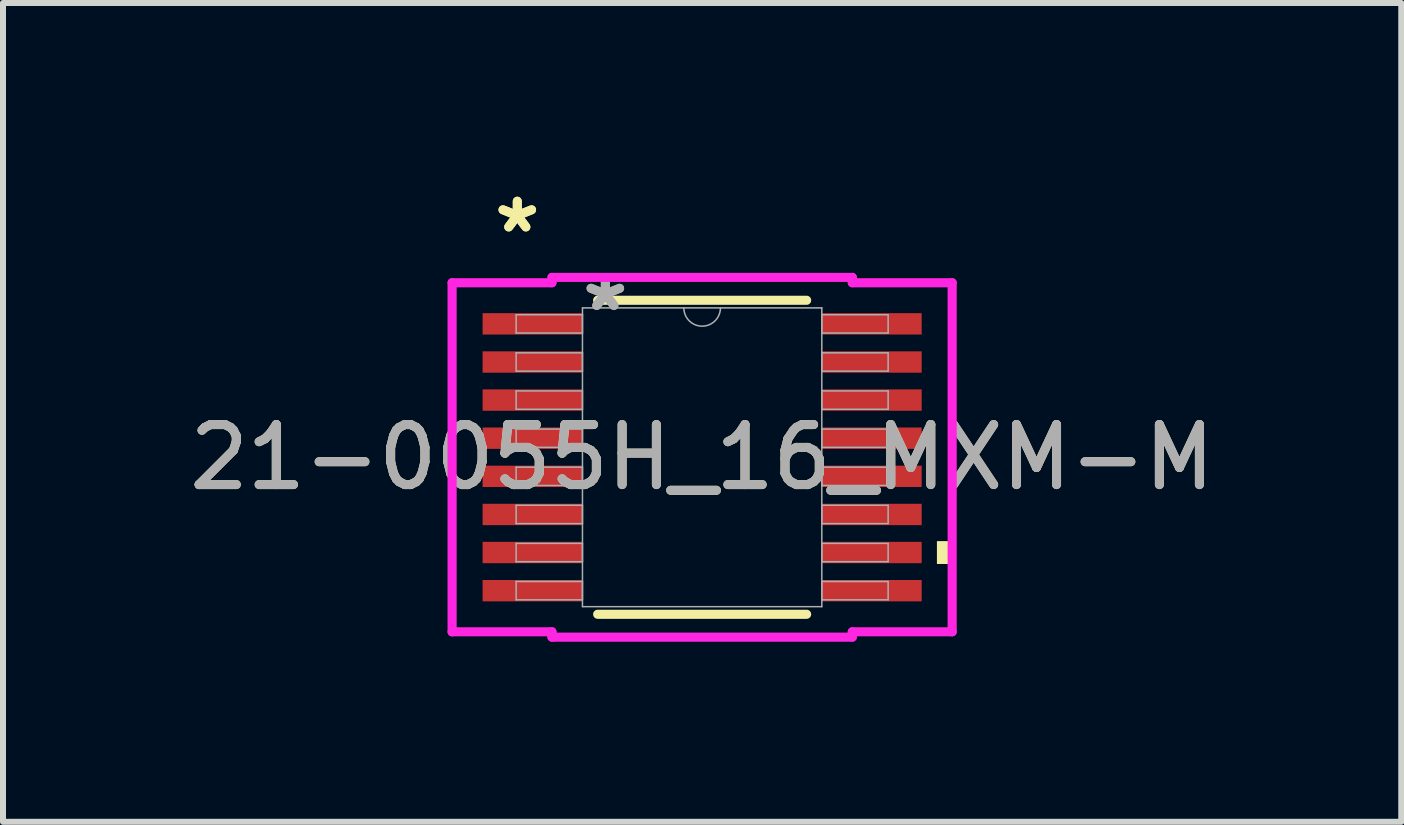
<source format=kicad_pcb>
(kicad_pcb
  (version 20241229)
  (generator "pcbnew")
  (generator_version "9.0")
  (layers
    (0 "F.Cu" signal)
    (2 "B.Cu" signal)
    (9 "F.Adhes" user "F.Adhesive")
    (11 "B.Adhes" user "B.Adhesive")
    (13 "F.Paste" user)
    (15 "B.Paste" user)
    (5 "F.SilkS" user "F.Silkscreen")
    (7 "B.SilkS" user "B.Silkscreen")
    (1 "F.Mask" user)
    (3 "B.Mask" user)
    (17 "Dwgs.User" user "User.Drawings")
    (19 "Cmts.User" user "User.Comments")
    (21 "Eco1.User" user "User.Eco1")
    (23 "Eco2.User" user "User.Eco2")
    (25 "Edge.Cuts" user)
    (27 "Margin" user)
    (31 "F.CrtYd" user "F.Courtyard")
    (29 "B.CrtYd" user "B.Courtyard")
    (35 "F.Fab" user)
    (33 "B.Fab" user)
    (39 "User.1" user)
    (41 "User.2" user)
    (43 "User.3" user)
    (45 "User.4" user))
  (footprint "21-0055H_16_MXM-M"
    (layer "F.Cu")
    (at 8.649 4.569)
    (property "Reference" "21-0055H_16_MXM-M" (at 0 0 0) (unlocked yes) (layer "F.SilkS") (effects (font (size 1 1) (thickness 0.15))))
    (attr smd)
    (fp_line (start -1.741 2.616) (end 1.741 2.616) (stroke (width 0.152) (type solid)) (layer "F.SilkS"))
    (fp_line (start 1.741 -2.616) (end -1.741 -2.616) (stroke (width 0.152) (type solid)) (layer "F.SilkS"))
    (fp_poly (pts (xy 4.166 1.397) (xy 4.166 1.778) (xy 3.912 1.778) (xy 3.912 1.397)) (stroke (width 0) (type solid)) (fill yes) (layer "F.SilkS"))
    (fp_line (start -4.166 -2.908) (end -2.502 -2.908) (stroke (width 0.152) (type solid)) (layer "F.CrtYd"))
    (fp_line (start -4.166 2.908) (end -4.166 -2.908) (stroke (width 0.152) (type solid)) (layer "F.CrtYd"))
    (fp_line (start -4.166 2.908) (end -2.502 2.908) (stroke (width 0.152) (type solid)) (layer "F.CrtYd"))
    (fp_line (start -2.502 -2.997) (end 2.502 -2.997) (stroke (width 0.152) (type solid)) (layer "F.CrtYd"))
    (fp_line (start -2.502 -2.908) (end -2.502 -2.997) (stroke (width 0.152) (type solid)) (layer "F.CrtYd"))
    (fp_line (start -2.502 2.997) (end -2.502 2.908) (stroke (width 0.152) (type solid)) (layer "F.CrtYd"))
    (fp_line (start 2.502 -2.997) (end 2.502 -2.908) (stroke (width 0.152) (type solid)) (layer "F.CrtYd"))
    (fp_line (start 2.502 2.908) (end 2.502 2.997) (stroke (width 0.152) (type solid)) (layer "F.CrtYd"))
    (fp_line (start 2.502 2.997) (end -2.502 2.997) (stroke (width 0.152) (type solid)) (layer "F.CrtYd"))
    (fp_line (start 4.166 -2.908) (end 2.502 -2.908) (stroke (width 0.152) (type solid)) (layer "F.CrtYd"))
    (fp_line (start 4.166 -2.908) (end 4.166 2.908) (stroke (width 0.152) (type solid)) (layer "F.CrtYd"))
    (fp_line (start 4.166 2.908) (end 2.502 2.908) (stroke (width 0.152) (type solid)) (layer "F.CrtYd"))
    (fp_line (start -3.099 -2.375) (end -3.099 -2.07) (stroke (width 0.025) (type solid)) (layer "F.Fab"))
    (fp_line (start -3.099 -2.07) (end -1.994 -2.07) (stroke (width 0.025) (type solid)) (layer "F.Fab"))
    (fp_line (start -3.099 -1.74) (end -3.099 -1.435) (stroke (width 0.025) (type solid)) (layer "F.Fab"))
    (fp_line (start -3.099 -1.435) (end -1.994 -1.435) (stroke (width 0.025) (type solid)) (layer "F.Fab"))
    (fp_line (start -3.099 -1.105) (end -3.099 -0.8) (stroke (width 0.025) (type solid)) (layer "F.Fab"))
    (fp_line (start -3.099 -0.8) (end -1.994 -0.8) (stroke (width 0.025) (type solid)) (layer "F.Fab"))
    (fp_line (start -3.099 -0.47) (end -3.099 -0.165) (stroke (width 0.025) (type solid)) (layer "F.Fab"))
    (fp_line (start -3.099 -0.165) (end -1.994 -0.165) (stroke (width 0.025) (type solid)) (layer "F.Fab"))
    (fp_line (start -3.099 0.165) (end -3.099 0.47) (stroke (width 0.025) (type solid)) (layer "F.Fab"))
    (fp_line (start -3.099 0.47) (end -1.994 0.47) (stroke (width 0.025) (type solid)) (layer "F.Fab"))
    (fp_line (start -3.099 0.8) (end -3.099 1.105) (stroke (width 0.025) (type solid)) (layer "F.Fab"))
    (fp_line (start -3.099 1.105) (end -1.994 1.105) (stroke (width 0.025) (type solid)) (layer "F.Fab"))
    (fp_line (start -3.099 1.435) (end -3.099 1.74) (stroke (width 0.025) (type solid)) (layer "F.Fab"))
    (fp_line (start -3.099 1.74) (end -1.994 1.74) (stroke (width 0.025) (type solid)) (layer "F.Fab"))
    (fp_line (start -3.099 2.07) (end -3.099 2.375) (stroke (width 0.025) (type solid)) (layer "F.Fab"))
    (fp_line (start -3.099 2.375) (end -1.994 2.375) (stroke (width 0.025) (type solid)) (layer "F.Fab"))
    (fp_line (start -1.994 -2.489) (end -1.994 2.489) (stroke (width 0.025) (type solid)) (layer "F.Fab"))
    (fp_line (start -1.994 -2.375) (end -3.099 -2.375) (stroke (width 0.025) (type solid)) (layer "F.Fab"))
    (fp_line (start -1.994 -2.07) (end -1.994 -2.375) (stroke (width 0.025) (type solid)) (layer "F.Fab"))
    (fp_line (start -1.994 -1.74) (end -3.099 -1.74) (stroke (width 0.025) (type solid)) (layer "F.Fab"))
    (fp_line (start -1.994 -1.435) (end -1.994 -1.74) (stroke (width 0.025) (type solid)) (layer "F.Fab"))
    (fp_line (start -1.994 -1.105) (end -3.099 -1.105) (stroke (width 0.025) (type solid)) (layer "F.Fab"))
    (fp_line (start -1.994 -0.8) (end -1.994 -1.105) (stroke (width 0.025) (type solid)) (layer "F.Fab"))
    (fp_line (start -1.994 -0.47) (end -3.099 -0.47) (stroke (width 0.025) (type solid)) (layer "F.Fab"))
    (fp_line (start -1.994 -0.165) (end -1.994 -0.47) (stroke (width 0.025) (type solid)) (layer "F.Fab"))
    (fp_line (start -1.994 0.165) (end -3.099 0.165) (stroke (width 0.025) (type solid)) (layer "F.Fab"))
    (fp_line (start -1.994 0.47) (end -1.994 0.165) (stroke (width 0.025) (type solid)) (layer "F.Fab"))
    (fp_line (start -1.994 0.8) (end -3.099 0.8) (stroke (width 0.025) (type solid)) (layer "F.Fab"))
    (fp_line (start -1.994 1.105) (end -1.994 0.8) (stroke (width 0.025) (type solid)) (layer "F.Fab"))
    (fp_line (start -1.994 1.435) (end -3.099 1.435) (stroke (width 0.025) (type solid)) (layer "F.Fab"))
    (fp_line (start -1.994 1.74) (end -1.994 1.435) (stroke (width 0.025) (type solid)) (layer "F.Fab"))
    (fp_line (start -1.994 2.07) (end -3.099 2.07) (stroke (width 0.025) (type solid)) (layer "F.Fab"))
    (fp_line (start -1.994 2.375) (end -1.994 2.07) (stroke (width 0.025) (type solid)) (layer "F.Fab"))
    (fp_line (start -1.994 2.489) (end 1.994 2.489) (stroke (width 0.025) (type solid)) (layer "F.Fab"))
    (fp_line (start 1.994 -2.489) (end -1.994 -2.489) (stroke (width 0.025) (type solid)) (layer "F.Fab"))
    (fp_line (start 1.994 -2.375) (end 1.994 -2.07) (stroke (width 0.025) (type solid)) (layer "F.Fab"))
    (fp_line (start 1.994 -2.07) (end 3.099 -2.07) (stroke (width 0.025) (type solid)) (layer "F.Fab"))
    (fp_line (start 1.994 -1.74) (end 1.994 -1.435) (stroke (width 0.025) (type solid)) (layer "F.Fab"))
    (fp_line (start 1.994 -1.435) (end 3.099 -1.435) (stroke (width 0.025) (type solid)) (layer "F.Fab"))
    (fp_line (start 1.994 -1.105) (end 1.994 -0.8) (stroke (width 0.025) (type solid)) (layer "F.Fab"))
    (fp_line (start 1.994 -0.8) (end 3.099 -0.8) (stroke (width 0.025) (type solid)) (layer "F.Fab"))
    (fp_line (start 1.994 -0.47) (end 1.994 -0.165) (stroke (width 0.025) (type solid)) (layer "F.Fab"))
    (fp_line (start 1.994 -0.165) (end 3.099 -0.165) (stroke (width 0.025) (type solid)) (layer "F.Fab"))
    (fp_line (start 1.994 0.165) (end 1.994 0.47) (stroke (width 0.025) (type solid)) (layer "F.Fab"))
    (fp_line (start 1.994 0.47) (end 3.099 0.47) (stroke (width 0.025) (type solid)) (layer "F.Fab"))
    (fp_line (start 1.994 0.8) (end 1.994 1.105) (stroke (width 0.025) (type solid)) (layer "F.Fab"))
    (fp_line (start 1.994 1.105) (end 3.099 1.105) (stroke (width 0.025) (type solid)) (layer "F.Fab"))
    (fp_line (start 1.994 1.435) (end 1.994 1.74) (stroke (width 0.025) (type solid)) (layer "F.Fab"))
    (fp_line (start 1.994 1.74) (end 3.099 1.74) (stroke (width 0.025) (type solid)) (layer "F.Fab"))
    (fp_line (start 1.994 2.07) (end 1.994 2.375) (stroke (width 0.025) (type solid)) (layer "F.Fab"))
    (fp_line (start 1.994 2.375) (end 3.099 2.375) (stroke (width 0.025) (type solid)) (layer "F.Fab"))
    (fp_line (start 1.994 2.489) (end 1.994 -2.489) (stroke (width 0.025) (type solid)) (layer "F.Fab"))
    (fp_line (start 3.099 -2.375) (end 1.994 -2.375) (stroke (width 0.025) (type solid)) (layer "F.Fab"))
    (fp_line (start 3.099 -2.07) (end 3.099 -2.375) (stroke (width 0.025) (type solid)) (layer "F.Fab"))
    (fp_line (start 3.099 -1.74) (end 1.994 -1.74) (stroke (width 0.025) (type solid)) (layer "F.Fab"))
    (fp_line (start 3.099 -1.435) (end 3.099 -1.74) (stroke (width 0.025) (type solid)) (layer "F.Fab"))
    (fp_line (start 3.099 -1.105) (end 1.994 -1.105) (stroke (width 0.025) (type solid)) (layer "F.Fab"))
    (fp_line (start 3.099 -0.8) (end 3.099 -1.105) (stroke (width 0.025) (type solid)) (layer "F.Fab"))
    (fp_line (start 3.099 -0.47) (end 1.994 -0.47) (stroke (width 0.025) (type solid)) (layer "F.Fab"))
    (fp_line (start 3.099 -0.165) (end 3.099 -0.47) (stroke (width 0.025) (type solid)) (layer "F.Fab"))
    (fp_line (start 3.099 0.165) (end 1.994 0.165) (stroke (width 0.025) (type solid)) (layer "F.Fab"))
    (fp_line (start 3.099 0.47) (end 3.099 0.165) (stroke (width 0.025) (type solid)) (layer "F.Fab"))
    (fp_line (start 3.099 0.8) (end 1.994 0.8) (stroke (width 0.025) (type solid)) (layer "F.Fab"))
    (fp_line (start 3.099 1.105) (end 3.099 0.8) (stroke (width 0.025) (type solid)) (layer "F.Fab"))
    (fp_line (start 3.099 1.435) (end 1.994 1.435) (stroke (width 0.025) (type solid)) (layer "F.Fab"))
    (fp_line (start 3.099 1.74) (end 3.099 1.435) (stroke (width 0.025) (type solid)) (layer "F.Fab"))
    (fp_line (start 3.099 2.07) (end 1.994 2.07) (stroke (width 0.025) (type solid)) (layer "F.Fab"))
    (fp_line (start 3.099 2.375) (end 3.099 2.07) (stroke (width 0.025) (type solid)) (layer "F.Fab"))
    (fp_arc (start 0.3048 -2.4892) (mid 0 -2.1844) (end -0.3048 -2.4892) (stroke (width 0.0254) (type solid)) (layer "F.Fab"))
    (fp_text user "*" (at -3.08 -3.721 0) (unlocked yes) (layer "F.SilkS") (effects (font (size 1 1) (thickness 0.15))))
    (fp_text user "*" (at -3.08 -3.721 0) (layer "F.SilkS") (effects (font (size 1 1) (thickness 0.15))))
    (fp_text user "*" (at -1.613 -2.413 0) (unlocked yes) (layer "F.Fab") (effects (font (size 1 1) (thickness 0.15))))
    (fp_text user "${REFERENCE}" (at 0 0 0) (unlocked yes) (layer "F.Fab") (effects (font (size 1 1) (thickness 0.15))))
    (fp_text user "*" (at -1.613 -2.413 0) (layer "F.Fab") (effects (font (size 1 1) (thickness 0.15))))
    (pad "1" smd rect (at -2.826 -2.223) (size 1.664 0.356) (layers "F.Cu" "F.Mask" "F.Paste"))
    (pad "2" smd rect (at -2.826 -1.587) (size 1.664 0.356) (layers "F.Cu" "F.Mask" "F.Paste"))
    (pad "3" smd rect (at -2.826 -0.953) (size 1.664 0.356) (layers "F.Cu" "F.Mask" "F.Paste"))
    (pad "4" smd rect (at -2.826 -0.318) (size 1.664 0.356) (layers "F.Cu" "F.Mask" "F.Paste"))
    (pad "5" smd rect (at -2.826 0.318) (size 1.664 0.356) (layers "F.Cu" "F.Mask" "F.Paste"))
    (pad "6" smd rect (at -2.826 0.953) (size 1.664 0.356) (layers "F.Cu" "F.Mask" "F.Paste"))
    (pad "7" smd rect (at -2.826 1.587) (size 1.664 0.356) (layers "F.Cu" "F.Mask" "F.Paste"))
    (pad "8" smd rect (at -2.826 2.223) (size 1.664 0.356) (layers "F.Cu" "F.Mask" "F.Paste"))
    (pad "9" smd rect (at 2.826 2.223) (size 1.664 0.356) (layers "F.Cu" "F.Mask" "F.Paste"))
    (pad "10" smd rect (at 2.826 1.587) (size 1.664 0.356) (layers "F.Cu" "F.Mask" "F.Paste"))
    (pad "11" smd rect (at 2.826 0.953) (size 1.664 0.356) (layers "F.Cu" "F.Mask" "F.Paste"))
    (pad "12" smd rect (at 2.826 0.318) (size 1.664 0.356) (layers "F.Cu" "F.Mask" "F.Paste"))
    (pad "13" smd rect (at 2.826 -0.318) (size 1.664 0.356) (layers "F.Cu" "F.Mask" "F.Paste"))
    (pad "14" smd rect (at 2.826 -0.953) (size 1.664 0.356) (layers "F.Cu" "F.Mask" "F.Paste"))
    (pad "15" smd rect (at 2.826 -1.587) (size 1.664 0.356) (layers "F.Cu" "F.Mask" "F.Paste"))
    (pad "16" smd rect (at 2.826 -2.223) (size 1.664 0.356) (layers "F.Cu" "F.Mask" "F.Paste")))
  (gr_rect
    (start -3 -3)
    (end 20.298 10.643)
    (stroke (width 0.1) (type default))
    (fill no)
    (layer "Edge.Cuts")))
</source>
